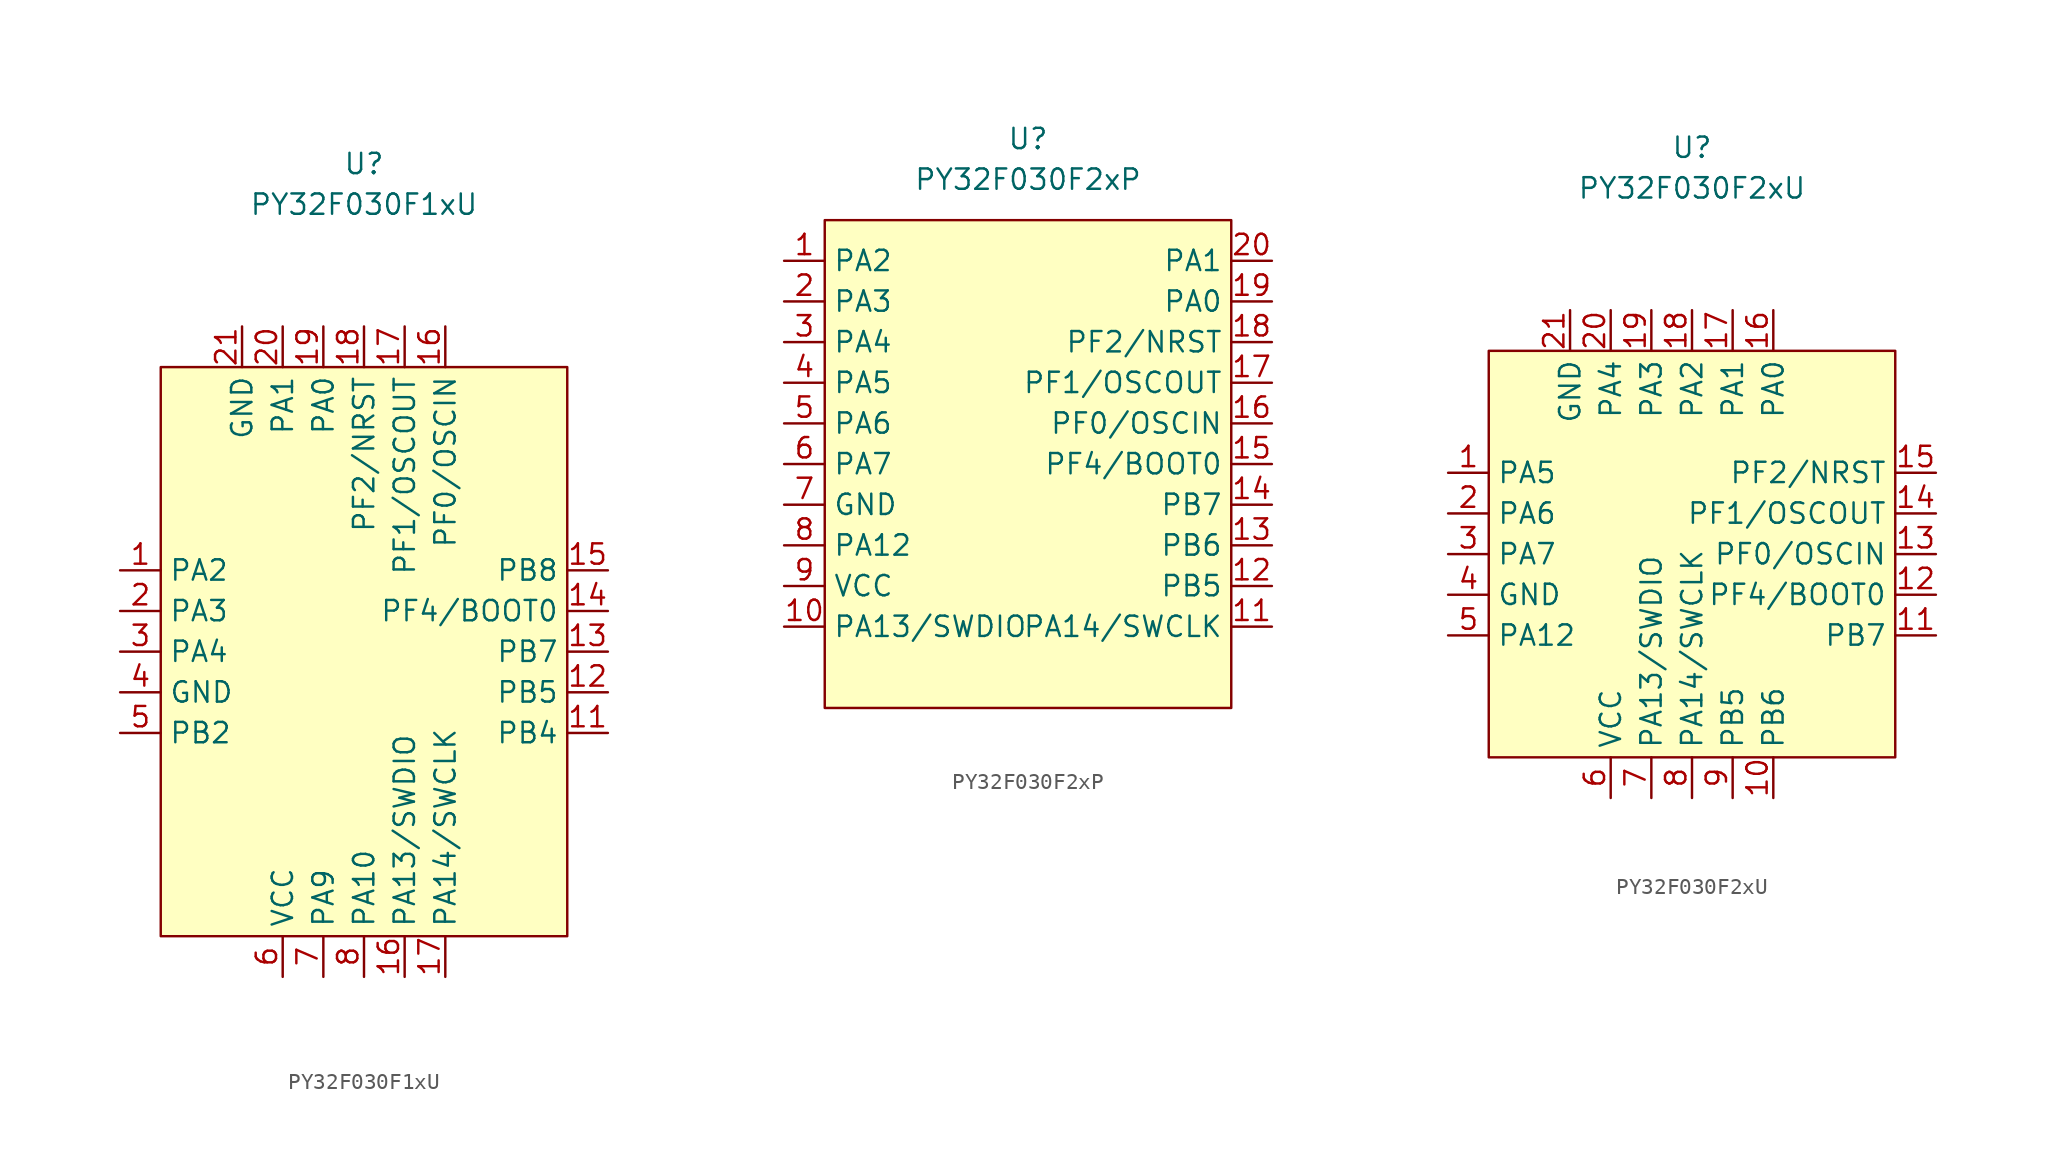
<source format=kicad_sym>
(kicad_symbol_lib
  (version 20220914)
  (generator kicad_symbol_editor)
  (symbol "PY32F030F1xU"
    (property "Reference" "U"
      (at 0 30.48 0)
      (effects (font (size 1.27 1.27))))
    (property "Value" "PY32F030F1xU"
      (at 0 27.94 0)
      (effects (font (size 1.27 1.27))))
    (symbol "PY32F030F1xU_0_1"
      (rectangle (start -12.7 17.78) (end 12.7 -17.78) (stroke (width 0) (type default)) (fill (type background))))
    (symbol "PY32F030F1xU_1_1"
      (pin bidirectional line (at -15.24 5.08 0) (length 2.54) (name "PA2" (effects (font (size 1.27 1.27)))) (number "1" (effects (font (size 1.27 1.27)))))
      (pin bidirectional line (at 15.24 -5.08 180) (length 2.54) (name "PB4" (effects (font (size 1.27 1.27)))) (number "11" (effects (font (size 1.27 1.27)))))
      (pin bidirectional line (at 15.24 -2.54 180) (length 2.54) (name "PB5" (effects (font (size 1.27 1.27)))) (number "12" (effects (font (size 1.27 1.27)))))
      (pin bidirectional line (at 15.24 0 180) (length 2.54) (name "PB7" (effects (font (size 1.27 1.27)))) (number "13" (effects (font (size 1.27 1.27)))))
      (pin bidirectional line (at 15.24 2.54 180) (length 2.54) (name "PF4/BOOT0" (effects (font (size 1.27 1.27)))) (number "14" (effects (font (size 1.27 1.27)))))
      (pin bidirectional line (at 15.24 5.08 180) (length 2.54) (name "PB8" (effects (font (size 1.27 1.27)))) (number "15" (effects (font (size 1.27 1.27)))))
      (pin bidirectional line (at 2.54 -20.32 90) (length 2.54) (name "PA13/SWDIO" (effects (font (size 1.27 1.27)))) (number "16" (effects (font (size 1.27 1.27)))))
      (pin bidirectional line (at 5.08 20.32 270) (length 2.54) (name "PF0/OSCIN" (effects (font (size 1.27 1.27)))) (number "16" (effects (font (size 1.27 1.27)))))
      (pin bidirectional line (at 5.08 -20.32 90) (length 2.54) (name "PA14/SWCLK" (effects (font (size 1.27 1.27)))) (number "17" (effects (font (size 1.27 1.27)))))
      (pin bidirectional line (at 2.54 20.32 270) (length 2.54) (name "PF1/OSCOUT" (effects (font (size 1.27 1.27)))) (number "17" (effects (font (size 1.27 1.27)))))
      (pin bidirectional line (at 0 20.32 270) (length 2.54) (name "PF2/NRST" (effects (font (size 1.27 1.27)))) (number "18" (effects (font (size 1.27 1.27)))))
      (pin bidirectional line (at -2.54 20.32 270) (length 2.54) (name "PA0" (effects (font (size 1.27 1.27)))) (number "19" (effects (font (size 1.27 1.27)))))
      (pin bidirectional line (at -15.24 2.54 0) (length 2.54) (name "PA3" (effects (font (size 1.27 1.27)))) (number "2" (effects (font (size 1.27 1.27)))))
      (pin bidirectional line (at -5.08 20.32 270) (length 2.54) (name "PA1" (effects (font (size 1.27 1.27)))) (number "20" (effects (font (size 1.27 1.27)))))
      (pin power_in line (at -7.62 20.32 270) (length 2.54) (name "GND" (effects (font (size 1.27 1.27)))) (number "21" (effects (font (size 1.27 1.27)))))
      (pin bidirectional line (at -15.24 0 0) (length 2.54) (name "PA4" (effects (font (size 1.27 1.27)))) (number "3" (effects (font (size 1.27 1.27)))))
      (pin power_in line (at -15.24 -2.54 0) (length 2.54) (name "GND" (effects (font (size 1.27 1.27)))) (number "4" (effects (font (size 1.27 1.27)))))
      (pin bidirectional line (at -15.24 -5.08 0) (length 2.54) (name "PB2" (effects (font (size 1.27 1.27)))) (number "5" (effects (font (size 1.27 1.27)))))
      (pin power_in line (at -5.08 -20.32 90) (length 2.54) (name "VCC" (effects (font (size 1.27 1.27)))) (number "6" (effects (font (size 1.27 1.27)))))
      (pin bidirectional line (at -2.54 -20.32 90) (length 2.54) (name "PA9" (effects (font (size 1.27 1.27)))) (number "7" (effects (font (size 1.27 1.27)))))
      (pin bidirectional line (at 0 -20.32 90) (length 2.54) (name "PA10" (effects (font (size 1.27 1.27)))) (number "8" (effects (font (size 1.27 1.27)))))))
  (symbol "PY32F030F2xP"
    (property "Reference" "U"
      (at 0 20.32 0)
      (effects (font (size 1.27 1.27))))
    (property "Value" "PY32F030F2xP"
      (at 0 17.78 0)
      (effects (font (size 1.27 1.27))))
    (symbol "PY32F030F2xP_0_1"
      (rectangle (start -12.7 15.24) (end 12.7 -15.24) (stroke (width 0) (type default)) (fill (type background))))
    (symbol "PY32F030F2xP_1_1"
      (pin bidirectional line (at -15.24 12.7 0) (length 2.54) (name "PA2" (effects (font (size 1.27 1.27)))) (number "1" (effects (font (size 1.27 1.27)))))
      (pin bidirectional line (at -15.24 -10.16 0) (length 2.54) (name "PA13/SWDIO" (effects (font (size 1.27 1.27)))) (number "10" (effects (font (size 1.27 1.27)))))
      (pin bidirectional line (at 15.24 -10.16 180) (length 2.54) (name "PA14/SWCLK" (effects (font (size 1.27 1.27)))) (number "11" (effects (font (size 1.27 1.27)))))
      (pin bidirectional line (at 15.24 -7.62 180) (length 2.54) (name "PB5" (effects (font (size 1.27 1.27)))) (number "12" (effects (font (size 1.27 1.27)))))
      (pin bidirectional line (at 15.24 -5.08 180) (length 2.54) (name "PB6" (effects (font (size 1.27 1.27)))) (number "13" (effects (font (size 1.27 1.27)))))
      (pin bidirectional line (at 15.24 -2.54 180) (length 2.54) (name "PB7" (effects (font (size 1.27 1.27)))) (number "14" (effects (font (size 1.27 1.27)))))
      (pin bidirectional line (at 15.24 0 180) (length 2.54) (name "PF4/BOOT0" (effects (font (size 1.27 1.27)))) (number "15" (effects (font (size 1.27 1.27)))))
      (pin bidirectional line (at 15.24 2.54 180) (length 2.54) (name "PF0/OSCIN" (effects (font (size 1.27 1.27)))) (number "16" (effects (font (size 1.27 1.27)))))
      (pin bidirectional line (at 15.24 5.08 180) (length 2.54) (name "PF1/OSCOUT" (effects (font (size 1.27 1.27)))) (number "17" (effects (font (size 1.27 1.27)))))
      (pin bidirectional line (at 15.24 7.62 180) (length 2.54) (name "PF2/NRST" (effects (font (size 1.27 1.27)))) (number "18" (effects (font (size 1.27 1.27)))))
      (pin bidirectional line (at 15.24 10.16 180) (length 2.54) (name "PA0" (effects (font (size 1.27 1.27)))) (number "19" (effects (font (size 1.27 1.27)))))
      (pin bidirectional line (at -15.24 10.16 0) (length 2.54) (name "PA3" (effects (font (size 1.27 1.27)))) (number "2" (effects (font (size 1.27 1.27)))))
      (pin bidirectional line (at 15.24 12.7 180) (length 2.54) (name "PA1" (effects (font (size 1.27 1.27)))) (number "20" (effects (font (size 1.27 1.27)))))
      (pin bidirectional line (at -15.24 7.62 0) (length 2.54) (name "PA4" (effects (font (size 1.27 1.27)))) (number "3" (effects (font (size 1.27 1.27)))))
      (pin bidirectional line (at -15.24 5.08 0) (length 2.54) (name "PA5" (effects (font (size 1.27 1.27)))) (number "4" (effects (font (size 1.27 1.27)))))
      (pin bidirectional line (at -15.24 2.54 0) (length 2.54) (name "PA6" (effects (font (size 1.27 1.27)))) (number "5" (effects (font (size 1.27 1.27)))))
      (pin bidirectional line (at -15.24 0 0) (length 2.54) (name "PA7" (effects (font (size 1.27 1.27)))) (number "6" (effects (font (size 1.27 1.27)))))
      (pin power_in line (at -15.24 -2.54 0) (length 2.54) (name "GND" (effects (font (size 1.27 1.27)))) (number "7" (effects (font (size 1.27 1.27)))))
      (pin bidirectional line (at -15.24 -5.08 0) (length 2.54) (name "PA12" (effects (font (size 1.27 1.27)))) (number "8" (effects (font (size 1.27 1.27)))))
      (pin power_in line (at -15.24 -7.62 0) (length 2.54) (name "VCC" (effects (font (size 1.27 1.27)))) (number "9" (effects (font (size 1.27 1.27)))))))
  (symbol "PY32F030F2xU"
    (property "Reference" "U"
      (at 0 25.4 0)
      (effects (font (size 1.27 1.27))))
    (property "Value" "PY32F030F2xU"
      (at 0 22.86 0)
      (effects (font (size 1.27 1.27))))
    (symbol "PY32F030F2xU_0_1"
      (rectangle (start -12.7 12.7) (end 12.7 -12.7) (stroke (width 0) (type default)) (fill (type background))))
    (symbol "PY32F030F2xU_1_1"
      (pin bidirectional line (at -15.24 5.08 0) (length 2.54) (name "PA5" (effects (font (size 1.27 1.27)))) (number "1" (effects (font (size 1.27 1.27)))))
      (pin bidirectional line (at 5.08 -15.24 90) (length 2.54) (name "PB6" (effects (font (size 1.27 1.27)))) (number "10" (effects (font (size 1.27 1.27)))))
      (pin bidirectional line (at 15.24 -5.08 180) (length 2.54) (name "PB7" (effects (font (size 1.27 1.27)))) (number "11" (effects (font (size 1.27 1.27)))))
      (pin bidirectional line (at 15.24 -2.54 180) (length 2.54) (name "PF4/BOOT0" (effects (font (size 1.27 1.27)))) (number "12" (effects (font (size 1.27 1.27)))))
      (pin bidirectional line (at 15.24 0 180) (length 2.54) (name "PF0/OSCIN" (effects (font (size 1.27 1.27)))) (number "13" (effects (font (size 1.27 1.27)))))
      (pin bidirectional line (at 15.24 2.54 180) (length 2.54) (name "PF1/OSCOUT" (effects (font (size 1.27 1.27)))) (number "14" (effects (font (size 1.27 1.27)))))
      (pin bidirectional line (at 15.24 5.08 180) (length 2.54) (name "PF2/NRST" (effects (font (size 1.27 1.27)))) (number "15" (effects (font (size 1.27 1.27)))))
      (pin bidirectional line (at 5.08 15.24 270) (length 2.54) (name "PA0" (effects (font (size 1.27 1.27)))) (number "16" (effects (font (size 1.27 1.27)))))
      (pin bidirectional line (at 2.54 15.24 270) (length 2.54) (name "PA1" (effects (font (size 1.27 1.27)))) (number "17" (effects (font (size 1.27 1.27)))))
      (pin bidirectional line (at 0 15.24 270) (length 2.54) (name "PA2" (effects (font (size 1.27 1.27)))) (number "18" (effects (font (size 1.27 1.27)))))
      (pin bidirectional line (at -2.54 15.24 270) (length 2.54) (name "PA3" (effects (font (size 1.27 1.27)))) (number "19" (effects (font (size 1.27 1.27)))))
      (pin bidirectional line (at -15.24 2.54 0) (length 2.54) (name "PA6" (effects (font (size 1.27 1.27)))) (number "2" (effects (font (size 1.27 1.27)))))
      (pin bidirectional line (at -5.08 15.24 270) (length 2.54) (name "PA4" (effects (font (size 1.27 1.27)))) (number "20" (effects (font (size 1.27 1.27)))))
      (pin power_in line (at -7.62 15.24 270) (length 2.54) (name "GND" (effects (font (size 1.27 1.27)))) (number "21" (effects (font (size 1.27 1.27)))))
      (pin bidirectional line (at -15.24 0 0) (length 2.54) (name "PA7" (effects (font (size 1.27 1.27)))) (number "3" (effects (font (size 1.27 1.27)))))
      (pin power_in line (at -15.24 -2.54 0) (length 2.54) (name "GND" (effects (font (size 1.27 1.27)))) (number "4" (effects (font (size 1.27 1.27)))))
      (pin bidirectional line (at -15.24 -5.08 0) (length 2.54) (name "PA12" (effects (font (size 1.27 1.27)))) (number "5" (effects (font (size 1.27 1.27)))))
      (pin power_in line (at -5.08 -15.24 90) (length 2.54) (name "VCC" (effects (font (size 1.27 1.27)))) (number "6" (effects (font (size 1.27 1.27)))))
      (pin bidirectional line (at -2.54 -15.24 90) (length 2.54) (name "PA13/SWDIO" (effects (font (size 1.27 1.27)))) (number "7" (effects (font (size 1.27 1.27)))))
      (pin bidirectional line (at 0 -15.24 90) (length 2.54) (name "PA14/SWCLK" (effects (font (size 1.27 1.27)))) (number "8" (effects (font (size 1.27 1.27)))))
      (pin bidirectional line (at 2.54 -15.24 90) (length 2.54) (name "PB5" (effects (font (size 1.27 1.27)))) (number "9" (effects (font (size 1.27 1.27))))))))
</source>
